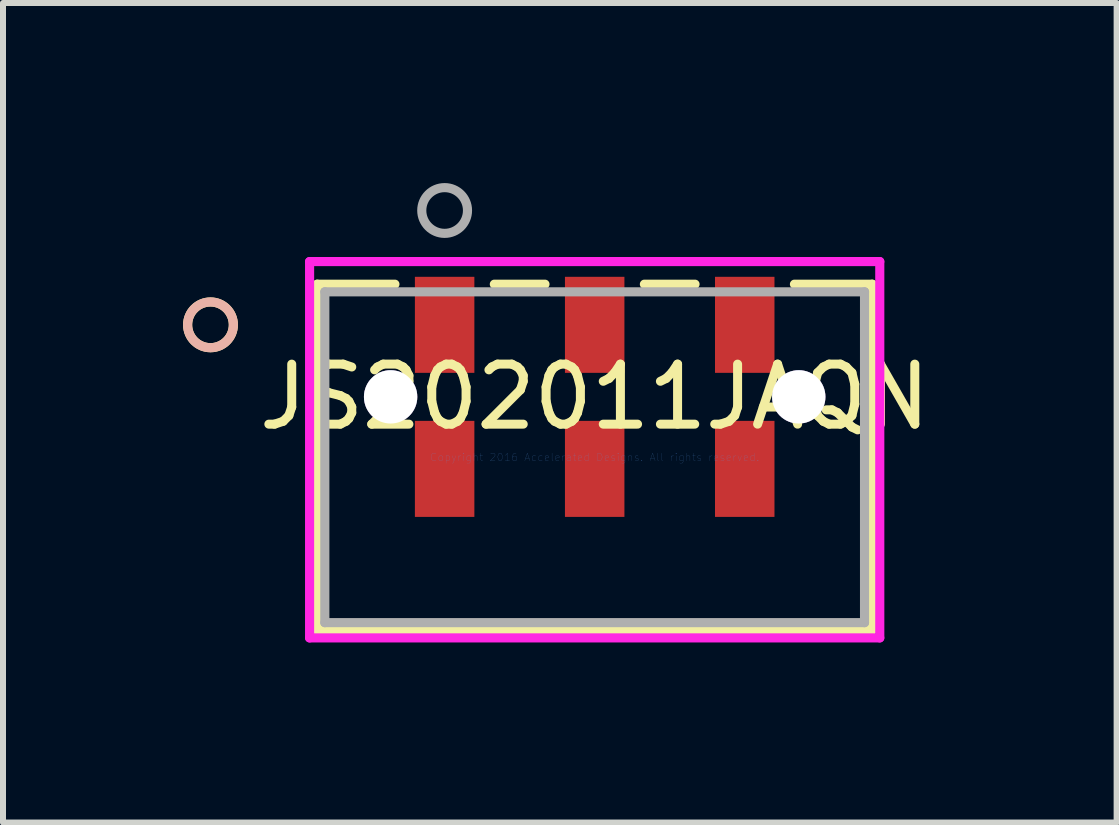
<source format=kicad_pcb>
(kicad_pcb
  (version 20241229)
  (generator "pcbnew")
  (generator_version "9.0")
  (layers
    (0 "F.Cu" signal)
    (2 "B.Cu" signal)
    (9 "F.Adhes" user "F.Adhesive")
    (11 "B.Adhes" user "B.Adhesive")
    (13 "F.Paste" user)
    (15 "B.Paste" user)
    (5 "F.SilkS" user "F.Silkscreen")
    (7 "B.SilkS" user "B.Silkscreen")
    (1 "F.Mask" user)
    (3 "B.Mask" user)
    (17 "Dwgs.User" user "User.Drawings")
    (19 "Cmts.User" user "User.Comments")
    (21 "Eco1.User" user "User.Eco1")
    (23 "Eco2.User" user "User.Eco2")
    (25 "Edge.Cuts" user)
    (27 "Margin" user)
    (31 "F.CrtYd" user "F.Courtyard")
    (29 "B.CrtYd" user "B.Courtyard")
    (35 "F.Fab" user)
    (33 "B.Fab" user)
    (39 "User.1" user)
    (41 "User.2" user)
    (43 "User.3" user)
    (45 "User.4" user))
  (footprint "JS202011JAQN"
    (layer "F.Cu")
    (at 6.858 4.568)
    (property "Reference" "JS202011JAQN" (at 0 -1.006 0) (layer "F.SilkS") (effects (font (size 1 1) (thickness 0.15))))
    (attr through_hole)
    (fp_line (start -4.623 -2.883) (end -4.623 2.883) (stroke (width 0.152) (type solid)) (layer "F.SilkS"))
    (fp_line (start -4.623 2.883) (end 4.623 2.883) (stroke (width 0.152) (type solid)) (layer "F.SilkS"))
    (fp_line (start -3.328 -2.883) (end -4.623 -2.883) (stroke (width 0.152) (type solid)) (layer "F.SilkS"))
    (fp_line (start -0.828 -2.883) (end -1.672 -2.883) (stroke (width 0.152) (type solid)) (layer "F.SilkS"))
    (fp_line (start 1.672 -2.883) (end 0.828 -2.883) (stroke (width 0.152) (type solid)) (layer "F.SilkS"))
    (fp_line (start 4.623 -2.883) (end 3.328 -2.883) (stroke (width 0.152) (type solid)) (layer "F.SilkS"))
    (fp_line (start 4.623 2.883) (end 4.623 -2.883) (stroke (width 0.152) (type solid)) (layer "F.SilkS"))
    (fp_circle (center -6.401 -2.206) (end -6.02 -2.206) (stroke (width 0.152) (type solid)) (fill no) (layer "F.SilkS"))
    (fp_circle (center -6.401 -2.206) (end -6.02 -2.206) (stroke (width 0.152) (type solid)) (fill no) (layer "B.SilkS"))
    (fp_line (start -4.75 -3.26) (end -4.75 3.01) (stroke (width 0.152) (type solid)) (layer "F.CrtYd"))
    (fp_line (start -4.75 3.01) (end 4.75 3.01) (stroke (width 0.152) (type solid)) (layer "F.CrtYd"))
    (fp_line (start 4.75 -3.26) (end -4.75 -3.26) (stroke (width 0.152) (type solid)) (layer "F.CrtYd"))
    (fp_line (start 4.75 3.01) (end 4.75 -3.26) (stroke (width 0.152) (type solid)) (layer "F.CrtYd"))
    (fp_line (start -4.496 -2.756) (end -4.496 2.756) (stroke (width 0.152) (type solid)) (layer "F.Fab"))
    (fp_line (start -4.496 2.756) (end 4.496 2.756) (stroke (width 0.152) (type solid)) (layer "F.Fab"))
    (fp_line (start 4.496 -2.756) (end -4.496 -2.756) (stroke (width 0.152) (type solid)) (layer "F.Fab"))
    (fp_line (start 4.496 2.756) (end 4.496 -2.756) (stroke (width 0.152) (type solid)) (layer "F.Fab"))
    (fp_circle (center -2.5 -4.111) (end -2.119 -4.111) (stroke (width 0.152) (type solid)) (fill no) (layer "F.Fab"))
    (fp_text user "Copyright 2016 Accelerated Designs. All rights reserved." (at 0 0 0) (layer "Cmts.User") (effects (font (size 0.127 0.127) (thickness 0.002))))
    (pad "1" smd rect (at -2.5 -2.206) (size 0.991 1.6) (layers "F.Cu" "F.Mask" "F.Paste"))
    (pad "2" smd rect (at 0 -2.206) (size 0.991 1.6) (layers "F.Cu" "F.Mask" "F.Paste"))
    (pad "3" smd rect (at 2.5 -2.206) (size 0.991 1.6) (layers "F.Cu" "F.Mask" "F.Paste"))
    (pad "5" smd rect (at -2.5 0.194) (size 0.991 1.6) (layers "F.Cu" "F.Mask" "F.Paste"))
    (pad "6" smd rect (at 0 0.194) (size 0.991 1.6) (layers "F.Cu" "F.Mask" "F.Paste"))
    (pad "7" smd rect (at 2.5 0.194) (size 0.991 1.6) (layers "F.Cu" "F.Mask" "F.Paste"))
    (pad "M1" thru_hole circle (at -3.4 -1.006) (size 0.889 0.889) (drill 0.889) (layers "*.Cu" "*.Mask"))
    (pad "M2" thru_hole circle (at 3.4 -1.006) (size 0.889 0.889) (drill 0.889) (layers "*.Cu" "*.Mask")))
  (gr_rect
    (start -3 -3)
    (end 15.554 10.654)
    (stroke (width 0.1) (type default))
    (fill no)
    (layer "Edge.Cuts")))
</source>
